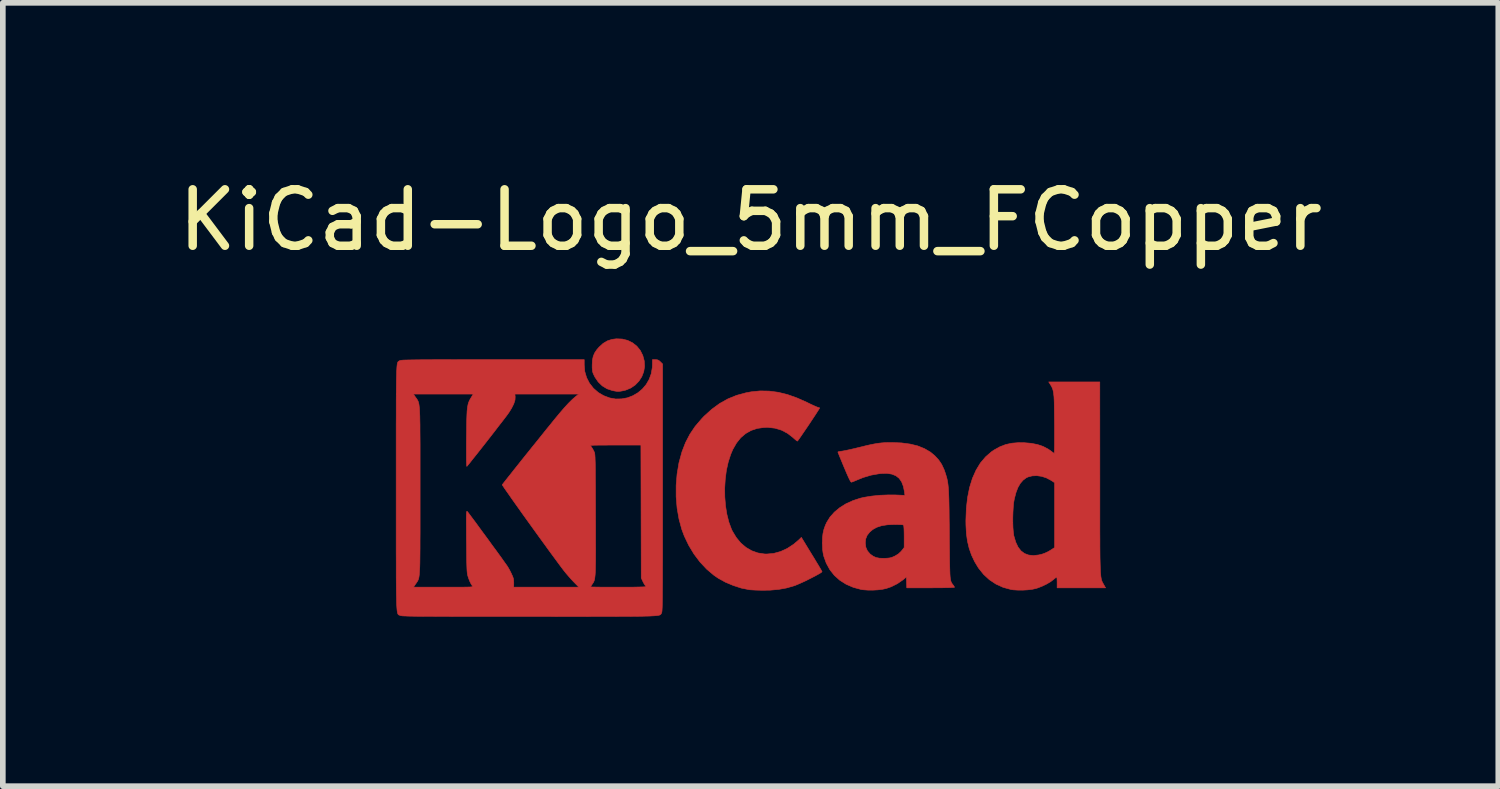
<source format=kicad_pcb>
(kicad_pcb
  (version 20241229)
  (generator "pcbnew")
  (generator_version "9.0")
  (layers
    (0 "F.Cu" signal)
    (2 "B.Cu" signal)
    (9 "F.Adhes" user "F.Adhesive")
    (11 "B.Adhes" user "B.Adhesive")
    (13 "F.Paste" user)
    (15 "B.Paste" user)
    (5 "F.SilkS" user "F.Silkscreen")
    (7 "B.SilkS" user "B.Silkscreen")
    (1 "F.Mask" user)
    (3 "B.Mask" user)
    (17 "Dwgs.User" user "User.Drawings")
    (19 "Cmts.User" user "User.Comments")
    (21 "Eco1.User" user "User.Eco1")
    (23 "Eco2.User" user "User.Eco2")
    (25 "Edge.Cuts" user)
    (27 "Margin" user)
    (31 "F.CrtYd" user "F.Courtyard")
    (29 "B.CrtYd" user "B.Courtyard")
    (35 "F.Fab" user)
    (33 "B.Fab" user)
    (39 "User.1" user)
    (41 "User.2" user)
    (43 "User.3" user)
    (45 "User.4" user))
  (footprint "KiCad-Logo_5mm_FCopper"
    (layer "F.Cu")
    (at 10.244 5.928)
    (property "Reference" "KiCad-Logo_5mm_FCopper" (at 0 -5.08 0) (layer "F.SilkS") (effects (font (size 1 1) (thickness 0.15))))
    (attr exclude_from_pos_files exclude_from_bom)
    (fp_poly (pts (xy -2.273 -2.973) (xy -2.177 -2.949) (xy -2.09 -2.906) (xy -2.015 -2.847) (xy -1.954 -2.772) (xy -1.909 -2.683) (xy -1.883 -2.586) (xy -1.877 -2.489) (xy -1.892 -2.395) (xy -1.926 -2.307) (xy -1.977 -2.228) (xy -2.042 -2.16) (xy -2.121 -2.106) (xy -2.212 -2.068) (xy -2.263 -2.056) (xy -2.308 -2.048) (xy -2.342 -2.045) (xy -2.375 -2.047) (xy -2.415 -2.054) (xy -2.449 -2.061) (xy -2.542 -2.092) (xy -2.626 -2.143) (xy -2.698 -2.213) (xy -2.756 -2.298) (xy -2.77 -2.326) (xy -2.787 -2.362) (xy -2.797 -2.392) (xy -2.802 -2.425) (xy -2.805 -2.466) (xy -2.805 -2.512) (xy -2.801 -2.596) (xy -2.787 -2.665) (xy -2.762 -2.726) (xy -2.723 -2.784) (xy -2.684 -2.829) (xy -2.612 -2.895) (xy -2.537 -2.94) (xy -2.455 -2.967) (xy -2.377 -2.977) (xy -2.273 -2.973)) (stroke (width 0.01) (type solid)) (fill yes) (layer "F.Cu"))
    (fp_poly (pts (xy 0.328 -2.051) (xy 0.489 -2.03) (xy 0.653 -1.99) (xy 0.822 -1.93) (xy 1 -1.851) (xy 1.011 -1.845) (xy 1.069 -1.817) (xy 1.121 -1.793) (xy 1.162 -1.775) (xy 1.19 -1.764) (xy 1.2 -1.761) (xy 1.219 -1.756) (xy 1.224 -1.752) (xy 1.218 -1.741) (xy 1.202 -1.715) (xy 1.177 -1.676) (xy 1.145 -1.626) (xy 1.107 -1.569) (xy 1.066 -1.507) (xy 1.023 -1.442) (xy 0.98 -1.379) (xy 0.939 -1.319) (xy 0.902 -1.265) (xy 0.871 -1.22) (xy 0.847 -1.186) (xy 0.832 -1.167) (xy 0.83 -1.165) (xy 0.82 -1.17) (xy 0.798 -1.187) (xy 0.767 -1.214) (xy 0.752 -1.228) (xy 0.655 -1.303) (xy 0.548 -1.359) (xy 0.433 -1.394) (xy 0.31 -1.408) (xy 0.241 -1.407) (xy 0.119 -1.39) (xy 0.01 -1.354) (xy -0.087 -1.299) (xy -0.174 -1.225) (xy -0.249 -1.131) (xy -0.314 -1.018) (xy -0.351 -0.931) (xy -0.395 -0.796) (xy -0.428 -0.648) (xy -0.448 -0.493) (xy -0.458 -0.333) (xy -0.456 -0.173) (xy -0.443 -0.016) (xy -0.419 0.133) (xy -0.384 0.271) (xy -0.338 0.395) (xy -0.322 0.429) (xy -0.253 0.543) (xy -0.173 0.64) (xy -0.081 0.718) (xy 0.02 0.777) (xy 0.13 0.816) (xy 0.247 0.834) (xy 0.289 0.835) (xy 0.41 0.824) (xy 0.531 0.791) (xy 0.649 0.737) (xy 0.762 0.663) (xy 0.854 0.585) (xy 0.9 0.54) (xy 1.081 0.837) (xy 1.127 0.911) (xy 1.168 0.98) (xy 1.204 1.039) (xy 1.233 1.088) (xy 1.254 1.124) (xy 1.265 1.144) (xy 1.266 1.147) (xy 1.258 1.157) (xy 1.233 1.174) (xy 1.193 1.197) (xy 1.142 1.225) (xy 1.084 1.255) (xy 1.021 1.287) (xy 0.958 1.318) (xy 0.896 1.346) (xy 0.839 1.371) (xy 0.791 1.391) (xy 0.768 1.399) (xy 0.634 1.437) (xy 0.496 1.462) (xy 0.349 1.475) (xy 0.222 1.477) (xy 0.154 1.476) (xy 0.088 1.474) (xy 0.031 1.471) (xy -0.013 1.468) (xy -0.027 1.466) (xy -0.166 1.438) (xy -0.307 1.392) (xy -0.445 1.334) (xy -0.572 1.264) (xy -0.649 1.211) (xy -0.777 1.103) (xy -0.895 0.977) (xy -1.002 0.835) (xy -1.095 0.681) (xy -1.173 0.518) (xy -1.217 0.401) (xy -1.267 0.217) (xy -1.301 0.023) (xy -1.318 -0.179) (xy -1.318 -0.382) (xy -1.301 -0.584) (xy -1.268 -0.781) (xy -1.217 -0.967) (xy -1.214 -0.978) (xy -1.151 -1.14) (xy -1.074 -1.288) (xy -0.981 -1.426) (xy -0.868 -1.558) (xy -0.825 -1.604) (xy -0.688 -1.728) (xy -0.549 -1.83) (xy -0.403 -1.912) (xy -0.249 -1.975) (xy -0.084 -2.02) (xy 0.011 -2.038) (xy 0.17 -2.054) (xy 0.328 -2.051)) (stroke (width 0.01) (type solid)) (fill yes) (layer "F.Cu"))
    (fp_poly (pts (xy 6.187 -0.528) (xy 6.187 -0.293) (xy 6.187 -0.08) (xy 6.187 0.112) (xy 6.187 0.285) (xy 6.187 0.441) (xy 6.188 0.579) (xy 6.188 0.701) (xy 6.189 0.808) (xy 6.19 0.901) (xy 6.192 0.982) (xy 6.194 1.051) (xy 6.196 1.11) (xy 6.198 1.159) (xy 6.202 1.2) (xy 6.205 1.234) (xy 6.21 1.262) (xy 6.214 1.285) (xy 6.22 1.304) (xy 6.226 1.321) (xy 6.233 1.335) (xy 6.24 1.349) (xy 6.249 1.364) (xy 6.254 1.373) (xy 6.288 1.434) (xy 5.43 1.434) (xy 5.43 1.338) (xy 5.429 1.294) (xy 5.427 1.261) (xy 5.424 1.243) (xy 5.423 1.242) (xy 5.412 1.249) (xy 5.389 1.267) (xy 5.366 1.286) (xy 5.312 1.327) (xy 5.242 1.368) (xy 5.165 1.405) (xy 5.088 1.435) (xy 5.057 1.445) (xy 4.989 1.46) (xy 4.906 1.47) (xy 4.816 1.475) (xy 4.728 1.474) (xy 4.649 1.469) (xy 4.612 1.463) (xy 4.473 1.425) (xy 4.346 1.367) (xy 4.23 1.29) (xy 4.127 1.195) (xy 4.036 1.081) (xy 3.969 0.97) (xy 3.914 0.854) (xy 3.872 0.734) (xy 3.842 0.608) (xy 3.823 0.472) (xy 3.815 0.32) (xy 3.814 0.243) (xy 3.816 0.186) (xy 4.645 0.186) (xy 4.645 0.279) (xy 4.648 0.367) (xy 4.654 0.444) (xy 4.662 0.505) (xy 4.665 0.517) (xy 4.697 0.625) (xy 4.738 0.712) (xy 4.79 0.779) (xy 4.853 0.826) (xy 4.926 0.853) (xy 5.011 0.862) (xy 5.107 0.851) (xy 5.17 0.835) (xy 5.219 0.817) (xy 5.274 0.791) (xy 5.314 0.767) (xy 5.385 0.721) (xy 5.385 -0.429) (xy 5.317 -0.473) (xy 5.239 -0.514) (xy 5.155 -0.541) (xy 5.07 -0.553) (xy 4.988 -0.549) (xy 4.915 -0.53) (xy 4.883 -0.515) (xy 4.826 -0.472) (xy 4.777 -0.415) (xy 4.735 -0.342) (xy 4.701 -0.252) (xy 4.672 -0.141) (xy 4.671 -0.135) (xy 4.66 -0.073) (xy 4.653 0.005) (xy 4.648 0.093) (xy 4.645 0.186) (xy 3.816 0.186) (xy 3.822 0.03) (xy 3.844 -0.166) (xy 3.88 -0.345) (xy 3.93 -0.506) (xy 3.994 -0.65) (xy 4.071 -0.777) (xy 4.163 -0.886) (xy 4.268 -0.977) (xy 4.314 -1.008) (xy 4.415 -1.064) (xy 4.518 -1.104) (xy 4.628 -1.128) (xy 4.749 -1.138) (xy 4.842 -1.137) (xy 4.971 -1.126) (xy 5.084 -1.104) (xy 5.183 -1.07) (xy 5.271 -1.024) (xy 5.32 -0.99) (xy 5.349 -0.968) (xy 5.371 -0.953) (xy 5.379 -0.948) (xy 5.381 -0.959) (xy 5.382 -0.99) (xy 5.383 -1.037) (xy 5.384 -1.1) (xy 5.384 -1.173) (xy 5.384 -1.256) (xy 5.384 -1.344) (xy 5.384 -1.436) (xy 5.383 -1.528) (xy 5.382 -1.618) (xy 5.381 -1.704) (xy 5.38 -1.781) (xy 5.379 -1.848) (xy 5.377 -1.902) (xy 5.375 -1.94) (xy 5.375 -1.947) (xy 5.367 -2.018) (xy 5.356 -2.073) (xy 5.338 -2.12) (xy 5.312 -2.166) (xy 5.305 -2.176) (xy 5.281 -2.213) (xy 6.186 -2.213) (xy 6.187 -0.528)) (stroke (width 0.01) (type solid)) (fill yes) (layer "F.Cu"))
    (fp_poly (pts (xy 2.674 -1.133) (xy 2.825 -1.113) (xy 2.961 -1.08) (xy 3.08 -1.032) (xy 3.185 -0.971) (xy 3.262 -0.907) (xy 3.331 -0.833) (xy 3.385 -0.753) (xy 3.428 -0.661) (xy 3.443 -0.618) (xy 3.456 -0.579) (xy 3.467 -0.543) (xy 3.477 -0.508) (xy 3.485 -0.472) (xy 3.492 -0.433) (xy 3.498 -0.39) (xy 3.503 -0.34) (xy 3.507 -0.283) (xy 3.51 -0.215) (xy 3.513 -0.136) (xy 3.515 -0.043) (xy 3.517 0.066) (xy 3.518 0.192) (xy 3.52 0.337) (xy 3.521 0.48) (xy 3.522 0.636) (xy 3.524 0.771) (xy 3.525 0.887) (xy 3.526 0.986) (xy 3.528 1.068) (xy 3.53 1.136) (xy 3.532 1.192) (xy 3.535 1.236) (xy 3.539 1.271) (xy 3.544 1.299) (xy 3.55 1.321) (xy 3.557 1.338) (xy 3.565 1.352) (xy 3.574 1.366) (xy 3.585 1.38) (xy 3.59 1.385) (xy 3.605 1.408) (xy 3.612 1.423) (xy 3.612 1.424) (xy 3.602 1.426) (xy 3.571 1.428) (xy 3.522 1.43) (xy 3.458 1.431) (xy 3.382 1.433) (xy 3.295 1.433) (xy 3.2 1.434) (xy 3.19 1.434) (xy 2.767 1.434) (xy 2.763 1.338) (xy 2.76 1.242) (xy 2.698 1.293) (xy 2.601 1.36) (xy 2.491 1.415) (xy 2.404 1.445) (xy 2.335 1.46) (xy 2.252 1.47) (xy 2.162 1.475) (xy 2.074 1.474) (xy 1.995 1.468) (xy 1.959 1.463) (xy 1.819 1.425) (xy 1.692 1.37) (xy 1.58 1.299) (xy 1.484 1.213) (xy 1.404 1.112) (xy 1.341 0.997) (xy 1.296 0.871) (xy 1.284 0.814) (xy 1.276 0.752) (xy 1.273 0.677) (xy 1.272 0.643) (xy 1.272 0.64) (xy 2.032 0.64) (xy 2.042 0.715) (xy 2.07 0.779) (xy 2.118 0.835) (xy 2.123 0.839) (xy 2.172 0.874) (xy 2.223 0.897) (xy 2.284 0.909) (xy 2.359 0.911) (xy 2.377 0.911) (xy 2.431 0.908) (xy 2.471 0.903) (xy 2.506 0.893) (xy 2.545 0.876) (xy 2.556 0.871) (xy 2.616 0.835) (xy 2.663 0.792) (xy 2.676 0.777) (xy 2.721 0.72) (xy 2.721 0.525) (xy 2.72 0.446) (xy 2.718 0.388) (xy 2.715 0.349) (xy 2.711 0.327) (xy 2.707 0.32) (xy 2.691 0.317) (xy 2.657 0.314) (xy 2.61 0.313) (xy 2.555 0.312) (xy 2.546 0.312) (xy 2.425 0.317) (xy 2.323 0.333) (xy 2.236 0.361) (xy 2.164 0.401) (xy 2.109 0.448) (xy 2.064 0.506) (xy 2.039 0.569) (xy 2.032 0.64) (xy 1.272 0.64) (xy 1.274 0.55) (xy 1.283 0.471) (xy 1.299 0.4) (xy 1.324 0.329) (xy 1.348 0.276) (xy 1.407 0.181) (xy 1.485 0.093) (xy 1.58 0.014) (xy 1.69 -0.055) (xy 1.813 -0.111) (xy 1.945 -0.154) (xy 2.009 -0.169) (xy 2.146 -0.191) (xy 2.294 -0.206) (xy 2.446 -0.212) (xy 2.572 -0.211) (xy 2.734 -0.204) (xy 2.727 -0.263) (xy 2.707 -0.362) (xy 2.676 -0.443) (xy 2.632 -0.506) (xy 2.575 -0.551) (xy 2.503 -0.58) (xy 2.416 -0.594) (xy 2.313 -0.591) (xy 2.275 -0.587) (xy 2.134 -0.562) (xy 1.997 -0.521) (xy 1.902 -0.483) (xy 1.857 -0.464) (xy 1.819 -0.448) (xy 1.792 -0.439) (xy 1.785 -0.437) (xy 1.775 -0.446) (xy 1.758 -0.475) (xy 1.734 -0.524) (xy 1.703 -0.594) (xy 1.665 -0.684) (xy 1.658 -0.7) (xy 1.628 -0.772) (xy 1.601 -0.838) (xy 1.578 -0.893) (xy 1.561 -0.936) (xy 1.55 -0.963) (xy 1.547 -0.972) (xy 1.557 -0.977) (xy 1.583 -0.982) (xy 1.611 -0.986) (xy 1.642 -0.991) (xy 1.689 -1) (xy 1.751 -1.013) (xy 1.821 -1.029) (xy 1.896 -1.047) (xy 1.925 -1.054) (xy 2.03 -1.08) (xy 2.117 -1.1) (xy 2.192 -1.115) (xy 2.258 -1.126) (xy 2.319 -1.133) (xy 2.381 -1.138) (xy 2.446 -1.14) (xy 2.504 -1.14) (xy 2.674 -1.133)) (stroke (width 0.01) (type solid)) (fill yes) (layer "F.Cu"))
    (fp_poly (pts (xy -2.946 -2.511) (xy -2.936 -2.397) (xy -2.904 -2.289) (xy -2.853 -2.19) (xy -2.784 -2.102) (xy -2.699 -2.027) (xy -2.602 -1.97) (xy -2.496 -1.93) (xy -2.389 -1.911) (xy -2.283 -1.913) (xy -2.181 -1.932) (xy -2.085 -1.969) (xy -1.996 -2.021) (xy -1.917 -2.087) (xy -1.849 -2.167) (xy -1.796 -2.258) (xy -1.759 -2.359) (xy -1.74 -2.47) (xy -1.738 -2.52) (xy -1.738 -2.608) (xy -1.687 -2.608) (xy -1.65 -2.605) (xy -1.623 -2.593) (xy -1.596 -2.569) (xy -1.558 -2.531) (xy -1.558 -0.339) (xy -1.558 -0.077) (xy -1.558 0.163) (xy -1.558 0.383) (xy -1.558 0.583) (xy -1.558 0.764) (xy -1.558 0.928) (xy -1.559 1.074) (xy -1.559 1.205) (xy -1.559 1.32) (xy -1.56 1.421) (xy -1.561 1.509) (xy -1.561 1.585) (xy -1.562 1.65) (xy -1.563 1.704) (xy -1.564 1.749) (xy -1.565 1.786) (xy -1.567 1.815) (xy -1.568 1.837) (xy -1.57 1.854) (xy -1.572 1.866) (xy -1.574 1.874) (xy -1.576 1.88) (xy -1.577 1.882) (xy -1.581 1.889) (xy -1.585 1.895) (xy -1.589 1.901) (xy -1.594 1.906) (xy -1.601 1.911) (xy -1.611 1.916) (xy -1.625 1.92) (xy -1.645 1.923) (xy -1.669 1.926) (xy -1.701 1.929) (xy -1.741 1.931) (xy -1.789 1.934) (xy -1.846 1.935) (xy -1.914 1.937) (xy -1.994 1.938) (xy -2.085 1.939) (xy -2.19 1.94) (xy -2.309 1.94) (xy -2.443 1.941) (xy -2.593 1.941) (xy -2.76 1.941) (xy -2.945 1.942) (xy -3.149 1.942) (xy -3.372 1.942) (xy -3.616 1.941) (xy -3.881 1.941) (xy -3.92 1.941) (xy -4.187 1.941) (xy -4.432 1.941) (xy -4.657 1.941) (xy -4.861 1.941) (xy -5.047 1.941) (xy -5.215 1.941) (xy -5.366 1.94) (xy -5.501 1.94) (xy -5.62 1.939) (xy -5.725 1.939) (xy -5.817 1.938) (xy -5.896 1.938) (xy -5.964 1.937) (xy -6.021 1.936) (xy -6.069 1.935) (xy -6.107 1.933) (xy -6.138 1.932) (xy -6.162 1.931) (xy -6.18 1.929) (xy -6.192 1.927) (xy -6.201 1.925) (xy -6.205 1.923) (xy -6.214 1.92) (xy -6.221 1.917) (xy -6.229 1.915) (xy -6.235 1.911) (xy -6.241 1.906) (xy -6.246 1.897) (xy -6.251 1.885) (xy -6.255 1.869) (xy -6.259 1.846) (xy -6.262 1.818) (xy -6.265 1.781) (xy -6.268 1.737) (xy -6.27 1.683) (xy -6.271 1.618) (xy -6.273 1.543) (xy -6.274 1.455) (xy -6.275 1.354) (xy -6.276 1.239) (xy -6.276 1.11) (xy -6.276 0.964) (xy -6.277 0.802) (xy -6.277 0.621) (xy -6.277 0.422) (xy -6.277 0.204) (xy -6.277 -0.035) (xy -6.277 -0.296) (xy -6.277 -0.338) (xy -6.277 -0.601) (xy -6.277 -0.842) (xy -6.277 -1.063) (xy -6.277 -1.264) (xy -6.277 -1.446) (xy -6.276 -1.61) (xy -6.276 -1.757) (xy -6.276 -1.888) (xy -6.275 -1.998) (xy -5.972 -1.998) (xy -5.932 -1.94) (xy -5.921 -1.925) (xy -5.911 -1.911) (xy -5.902 -1.897) (xy -5.894 -1.883) (xy -5.887 -1.868) (xy -5.881 -1.849) (xy -5.875 -1.826) (xy -5.871 -1.798) (xy -5.867 -1.764) (xy -5.863 -1.722) (xy -5.861 -1.67) (xy -5.858 -1.609) (xy -5.857 -1.537) (xy -5.855 -1.452) (xy -5.855 -1.354) (xy -5.854 -1.24) (xy -5.853 -1.111) (xy -5.853 -0.965) (xy -5.853 -0.8) (xy -5.853 -0.616) (xy -5.853 -0.41) (xy -5.853 -0.288) (xy -5.853 -0.071) (xy -5.853 0.125) (xy -5.853 0.3) (xy -5.853 0.456) (xy -5.854 0.595) (xy -5.854 0.717) (xy -5.855 0.823) (xy -5.856 0.915) (xy -5.857 0.994) (xy -5.859 1.062) (xy -5.862 1.118) (xy -5.865 1.165) (xy -5.868 1.204) (xy -5.872 1.235) (xy -5.877 1.261) (xy -5.883 1.282) (xy -5.89 1.299) (xy -5.897 1.314) (xy -5.906 1.327) (xy -5.915 1.341) (xy -5.925 1.356) (xy -5.932 1.365) (xy -5.97 1.422) (xy -5.439 1.422) (xy -5.315 1.422) (xy -5.213 1.422) (xy -5.129 1.422) (xy -5.063 1.421) (xy -5.012 1.42) (xy -4.974 1.419) (xy -4.948 1.417) (xy -4.932 1.415) (xy -4.923 1.412) (xy -4.921 1.408) (xy -4.923 1.404) (xy -4.925 1.403) (xy -4.95 1.366) (xy -4.976 1.313) (xy -4.999 1.251) (xy -5.007 1.224) (xy -5.012 1.206) (xy -5.016 1.185) (xy -5.019 1.159) (xy -5.022 1.126) (xy -5.024 1.083) (xy -5.026 1.028) (xy -5.028 0.96) (xy -5.029 0.877) (xy -5.03 0.775) (xy -5.031 0.654) (xy -5.032 0.61) (xy -5.033 0.484) (xy -5.033 0.38) (xy -5.034 0.295) (xy -5.034 0.227) (xy -5.034 0.174) (xy -5.033 0.135) (xy -5.031 0.107) (xy -5.029 0.09) (xy -5.027 0.081) (xy -5.023 0.078) (xy -5.019 0.08) (xy -5.015 0.085) (xy -5.004 0.098) (xy -4.982 0.127) (xy -4.95 0.17) (xy -4.909 0.225) (xy -4.861 0.289) (xy -4.808 0.362) (xy -4.751 0.44) (xy -4.691 0.521) (xy -4.631 0.603) (xy -4.572 0.685) (xy -4.514 0.763) (xy -4.461 0.836) (xy -4.413 0.902) (xy -4.373 0.959) (xy -4.341 1.004) (xy -4.318 1.035) (xy -4.314 1.041) (xy -4.291 1.078) (xy -4.264 1.126) (xy -4.239 1.176) (xy -4.236 1.183) (xy -4.214 1.231) (xy -4.201 1.268) (xy -4.196 1.304) (xy -4.194 1.346) (xy -4.195 1.422) (xy -3.041 1.422) (xy -3.132 1.329) (xy -3.179 1.279) (xy -3.229 1.222) (xy -3.275 1.168) (xy -3.295 1.143) (xy -3.326 1.103) (xy -3.366 1.05) (xy -3.414 0.985) (xy -3.47 0.909) (xy -3.532 0.825) (xy -3.599 0.733) (xy -3.669 0.636) (xy -3.743 0.535) (xy -3.817 0.432) (xy -3.892 0.328) (xy -3.966 0.225) (xy -4.038 0.125) (xy -4.106 0.029) (xy -4.17 -0.061) (xy -4.229 -0.144) (xy -4.28 -0.218) (xy -4.324 -0.28) (xy -4.359 -0.33) (xy -4.383 -0.367) (xy -4.396 -0.387) (xy -4.398 -0.391) (xy -4.39 -0.403) (xy -4.369 -0.43) (xy -4.337 -0.471) (xy -4.294 -0.525) (xy -4.243 -0.589) (xy -4.185 -0.663) (xy -4.12 -0.744) (xy -4.051 -0.831) (xy -3.979 -0.921) (xy -3.904 -1.014) (xy -3.845 -1.088) (xy -2.834 -1.088) (xy -2.828 -1.075) (xy -2.813 -1.053) (xy -2.812 -1.052) (xy -2.793 -1.021) (xy -2.774 -0.985) (xy -2.77 -0.976) (xy -2.766 -0.968) (xy -2.763 -0.958) (xy -2.76 -0.945) (xy -2.758 -0.927) (xy -2.756 -0.904) (xy -2.754 -0.873) (xy -2.753 -0.833) (xy -2.751 -0.784) (xy -2.75 -0.723) (xy -2.749 -0.649) (xy -2.749 -0.561) (xy -2.748 -0.457) (xy -2.747 -0.337) (xy -2.747 -0.198) (xy -2.746 -0.039) (xy -2.746 0.14) (xy -2.745 0.325) (xy -2.745 0.489) (xy -2.745 0.633) (xy -2.744 0.759) (xy -2.745 0.868) (xy -2.745 0.961) (xy -2.747 1.04) (xy -2.748 1.106) (xy -2.75 1.161) (xy -2.753 1.206) (xy -2.757 1.242) (xy -2.761 1.271) (xy -2.766 1.295) (xy -2.772 1.313) (xy -2.779 1.329) (xy -2.787 1.344) (xy -2.797 1.358) (xy -2.805 1.37) (xy -2.822 1.396) (xy -2.832 1.414) (xy -2.834 1.417) (xy -2.823 1.418) (xy -2.791 1.419) (xy -2.742 1.42) (xy -2.677 1.421) (xy -2.599 1.422) (xy -2.51 1.422) (xy -2.411 1.422) (xy -2.342 1.422) (xy -2.237 1.422) (xy -2.141 1.422) (xy -2.054 1.421) (xy -1.98 1.419) (xy -1.921 1.418) (xy -1.879 1.416) (xy -1.855 1.414) (xy -1.851 1.412) (xy -1.859 1.398) (xy -1.867 1.39) (xy -1.88 1.372) (xy -1.897 1.342) (xy -1.909 1.318) (xy -1.936 1.259) (xy -1.939 0.082) (xy -1.942 -1.095) (xy -2.388 -1.095) (xy -2.486 -1.095) (xy -2.576 -1.094) (xy -2.657 -1.094) (xy -2.725 -1.093) (xy -2.779 -1.092) (xy -2.815 -1.09) (xy -2.833 -1.089) (xy -2.834 -1.088) (xy -3.845 -1.088) (xy -3.829 -1.107) (xy -3.755 -1.199) (xy -3.683 -1.289) (xy -3.615 -1.374) (xy -3.551 -1.452) (xy -3.494 -1.523) (xy -3.444 -1.584) (xy -3.403 -1.633) (xy -3.386 -1.654) (xy -3.3 -1.754) (xy -3.223 -1.838) (xy -3.154 -1.906) (xy -3.091 -1.96) (xy -3.082 -1.967) (xy -3.042 -1.998) (xy -4.174 -1.998) (xy -4.169 -1.95) (xy -4.172 -1.893) (xy -4.194 -1.825) (xy -4.234 -1.745) (xy -4.279 -1.673) (xy -4.295 -1.65) (xy -4.323 -1.612) (xy -4.361 -1.562) (xy -4.408 -1.501) (xy -4.462 -1.432) (xy -4.52 -1.356) (xy -4.582 -1.276) (xy -4.646 -1.194) (xy -4.71 -1.112) (xy -4.773 -1.032) (xy -4.832 -0.957) (xy -4.887 -0.888) (xy -4.935 -0.828) (xy -4.974 -0.778) (xy -5.004 -0.742) (xy -5.022 -0.72) (xy -5.025 -0.717) (xy -5.028 -0.725) (xy -5.03 -0.755) (xy -5.032 -0.807) (xy -5.033 -0.881) (xy -5.033 -0.977) (xy -5.033 -1.094) (xy -5.032 -1.214) (xy -5.03 -1.346) (xy -5.029 -1.457) (xy -5.027 -1.551) (xy -5.024 -1.629) (xy -5.021 -1.692) (xy -5.016 -1.745) (xy -5.009 -1.788) (xy -5.002 -1.823) (xy -4.992 -1.854) (xy -4.98 -1.882) (xy -4.965 -1.91) (xy -4.95 -1.935) (xy -4.912 -1.998) (xy -5.972 -1.998) (xy -6.275 -1.998) (xy -6.275 -2.004) (xy -6.274 -2.106) (xy -6.273 -2.195) (xy -6.272 -2.272) (xy -6.27 -2.337) (xy -6.269 -2.393) (xy -6.266 -2.438) (xy -6.264 -2.475) (xy -6.261 -2.505) (xy -6.258 -2.528) (xy -6.254 -2.546) (xy -6.25 -2.559) (xy -6.245 -2.568) (xy -6.24 -2.574) (xy -6.234 -2.579) (xy -6.228 -2.582) (xy -6.222 -2.586) (xy -6.216 -2.589) (xy -6.21 -2.592) (xy -6.202 -2.594) (xy -6.19 -2.596) (xy -6.173 -2.598) (xy -6.149 -2.6) (xy -6.118 -2.601) (xy -6.079 -2.602) (xy -6.03 -2.603) (xy -5.971 -2.604) (xy -5.899 -2.605) (xy -5.815 -2.606) (xy -5.718 -2.606) (xy -5.605 -2.607) (xy -5.476 -2.607) (xy -5.33 -2.607) (xy -5.166 -2.608) (xy -4.982 -2.608) (xy -4.778 -2.608) (xy -4.567 -2.608) (xy -2.946 -2.608) (xy -2.946 -2.511)) (stroke (width 0.01) (type solid)) (fill yes) (layer "F.Cu")))
  (gr_rect
    (start -3 -3)
    (end 23.488 10.875)
    (stroke (width 0.1) (type default))
    (fill no)
    (layer "Edge.Cuts")))
</source>
